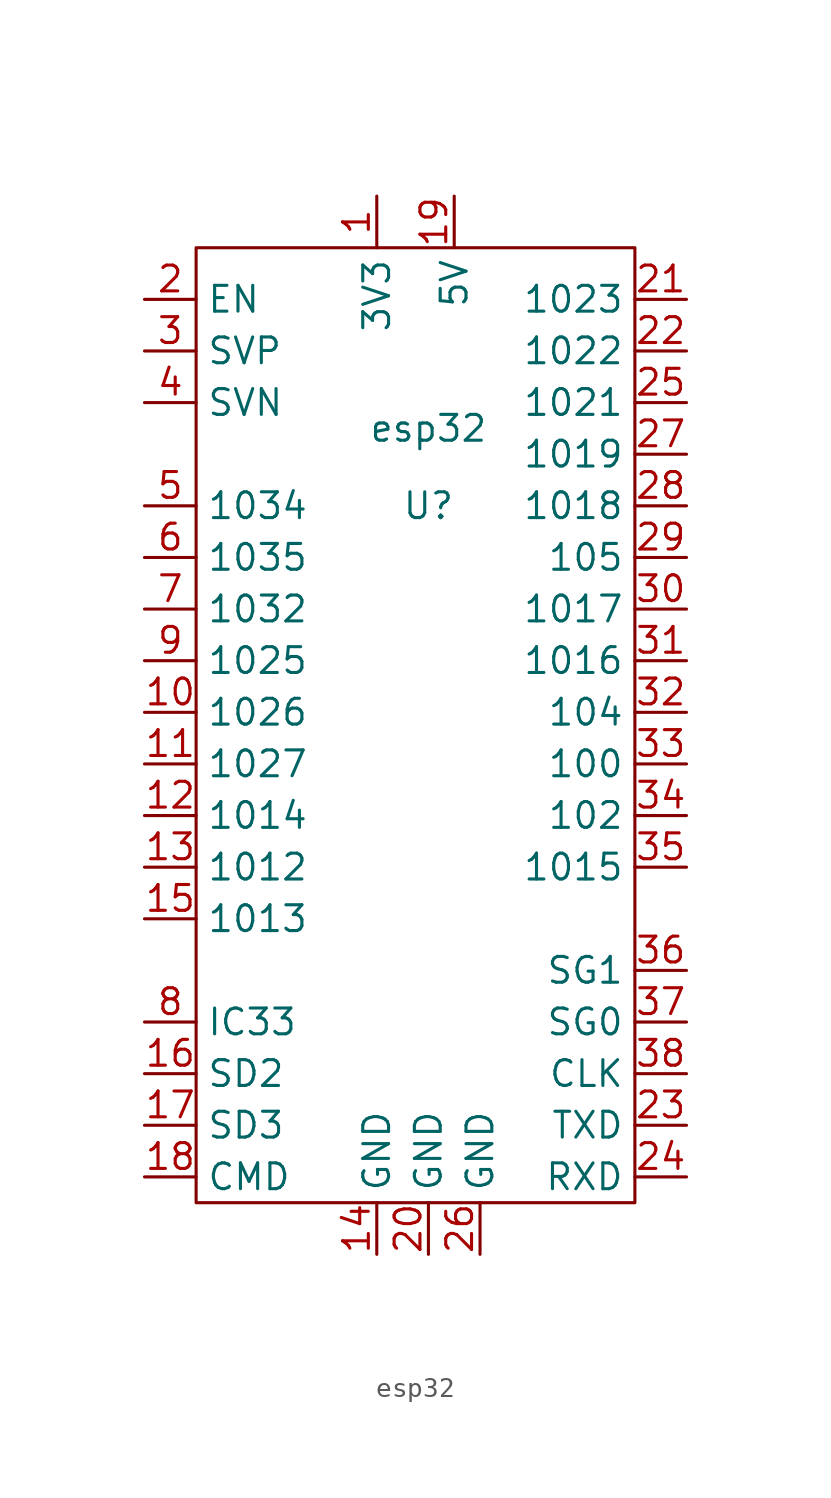
<source format=kicad_sym>
(kicad_symbol_lib
  (version 20211014)
  (generator kicad_symbol_editor)
  (symbol "esp32"
    (property "Reference" "U"
      (at 0 7.62 0)
      (effects (font (size 1.27 1.27))))
    (property "Value" "esp32"
      (at 0 11.43 0)
      (effects (font (size 1.27 1.27))))
    (symbol "esp32_0_1"
      (rectangle (start -11.43 20.32) (end 10.16 -26.67) (stroke (width 0) (type default) (color 0 0 0 0)) (fill (type none))))
    (symbol "esp32_1_1"
      (pin input line (at -2.54 22.86 270) (length 2.54) (name "3V3" (effects (font (size 1.27 1.27)))) (number "1" (effects (font (size 1.27 1.27)))))
      (pin input line (at -13.97 -2.54 0) (length 2.54) (name "1026" (effects (font (size 1.27 1.27)))) (number "10" (effects (font (size 1.27 1.27)))))
      (pin input line (at -13.97 -5.08 0) (length 2.54) (name "1027" (effects (font (size 1.27 1.27)))) (number "11" (effects (font (size 1.27 1.27)))))
      (pin input line (at -13.97 -7.62 0) (length 2.54) (name "1014" (effects (font (size 1.27 1.27)))) (number "12" (effects (font (size 1.27 1.27)))))
      (pin input line (at -13.97 -10.16 0) (length 2.54) (name "1012" (effects (font (size 1.27 1.27)))) (number "13" (effects (font (size 1.27 1.27)))))
      (pin input line (at -2.54 -29.21 90) (length 2.54) (name "GND" (effects (font (size 1.27 1.27)))) (number "14" (effects (font (size 1.27 1.27)))))
      (pin input line (at -13.97 -12.7 0) (length 2.54) (name "1013" (effects (font (size 1.27 1.27)))) (number "15" (effects (font (size 1.27 1.27)))))
      (pin input line (at -13.97 -20.32 0) (length 2.54) (name "SD2" (effects (font (size 1.27 1.27)))) (number "16" (effects (font (size 1.27 1.27)))))
      (pin input line (at -13.97 -22.86 0) (length 2.54) (name "SD3" (effects (font (size 1.27 1.27)))) (number "17" (effects (font (size 1.27 1.27)))))
      (pin input line (at -13.97 -25.4 0) (length 2.54) (name "CMD" (effects (font (size 1.27 1.27)))) (number "18" (effects (font (size 1.27 1.27)))))
      (pin input line (at 1.27 22.86 270) (length 2.54) (name "5V" (effects (font (size 1.27 1.27)))) (number "19" (effects (font (size 1.27 1.27)))))
      (pin input line (at -13.97 17.78 0) (length 2.54) (name "EN" (effects (font (size 1.27 1.27)))) (number "2" (effects (font (size 1.27 1.27)))))
      (pin input line (at 0 -29.21 90) (length 2.54) (name "GND" (effects (font (size 1.27 1.27)))) (number "20" (effects (font (size 1.27 1.27)))))
      (pin input line (at 12.7 17.78 180) (length 2.54) (name "1023" (effects (font (size 1.27 1.27)))) (number "21" (effects (font (size 1.27 1.27)))))
      (pin input line (at 12.7 15.24 180) (length 2.54) (name "1022" (effects (font (size 1.27 1.27)))) (number "22" (effects (font (size 1.27 1.27)))))
      (pin input line (at 12.7 -22.86 180) (length 2.54) (name "TXD" (effects (font (size 1.27 1.27)))) (number "23" (effects (font (size 1.27 1.27)))))
      (pin input line (at 12.7 -25.4 180) (length 2.54) (name "RXD" (effects (font (size 1.27 1.27)))) (number "24" (effects (font (size 1.27 1.27)))))
      (pin input line (at 12.7 12.7 180) (length 2.54) (name "1021" (effects (font (size 1.27 1.27)))) (number "25" (effects (font (size 1.27 1.27)))))
      (pin input line (at 2.54 -29.21 90) (length 2.54) (name "GND" (effects (font (size 1.27 1.27)))) (number "26" (effects (font (size 1.27 1.27)))))
      (pin input line (at 12.7 10.16 180) (length 2.54) (name "1019" (effects (font (size 1.27 1.27)))) (number "27" (effects (font (size 1.27 1.27)))))
      (pin input line (at 12.7 7.62 180) (length 2.54) (name "1018" (effects (font (size 1.27 1.27)))) (number "28" (effects (font (size 1.27 1.27)))))
      (pin input line (at 12.7 5.08 180) (length 2.54) (name "105" (effects (font (size 1.27 1.27)))) (number "29" (effects (font (size 1.27 1.27)))))
      (pin input line (at -13.97 15.24 0) (length 2.54) (name "SVP" (effects (font (size 1.27 1.27)))) (number "3" (effects (font (size 1.27 1.27)))))
      (pin input line (at 12.7 2.54 180) (length 2.54) (name "1017" (effects (font (size 1.27 1.27)))) (number "30" (effects (font (size 1.27 1.27)))))
      (pin input line (at 12.7 0 180) (length 2.54) (name "1016" (effects (font (size 1.27 1.27)))) (number "31" (effects (font (size 1.27 1.27)))))
      (pin input line (at 12.7 -2.54 180) (length 2.54) (name "104" (effects (font (size 1.27 1.27)))) (number "32" (effects (font (size 1.27 1.27)))))
      (pin input line (at 12.7 -5.08 180) (length 2.54) (name "100" (effects (font (size 1.27 1.27)))) (number "33" (effects (font (size 1.27 1.27)))))
      (pin input line (at 12.7 -7.62 180) (length 2.54) (name "102" (effects (font (size 1.27 1.27)))) (number "34" (effects (font (size 1.27 1.27)))))
      (pin input line (at 12.7 -10.16 180) (length 2.54) (name "1015" (effects (font (size 1.27 1.27)))) (number "35" (effects (font (size 1.27 1.27)))))
      (pin input line (at 12.7 -15.24 180) (length 2.54) (name "SG1" (effects (font (size 1.27 1.27)))) (number "36" (effects (font (size 1.27 1.27)))))
      (pin input line (at 12.7 -17.78 180) (length 2.54) (name "SG0" (effects (font (size 1.27 1.27)))) (number "37" (effects (font (size 1.27 1.27)))))
      (pin input line (at 12.7 -20.32 180) (length 2.54) (name "CLK" (effects (font (size 1.27 1.27)))) (number "38" (effects (font (size 1.27 1.27)))))
      (pin input line (at -13.97 12.7 0) (length 2.54) (name "SVN" (effects (font (size 1.27 1.27)))) (number "4" (effects (font (size 1.27 1.27)))))
      (pin input line (at -13.97 7.62 0) (length 2.54) (name "1034" (effects (font (size 1.27 1.27)))) (number "5" (effects (font (size 1.27 1.27)))))
      (pin input line (at -13.97 5.08 0) (length 2.54) (name "1035" (effects (font (size 1.27 1.27)))) (number "6" (effects (font (size 1.27 1.27)))))
      (pin input line (at -13.97 2.54 0) (length 2.54) (name "1032" (effects (font (size 1.27 1.27)))) (number "7" (effects (font (size 1.27 1.27)))))
      (pin input line (at -13.97 -17.78 0) (length 2.54) (name "IC33" (effects (font (size 1.27 1.27)))) (number "8" (effects (font (size 1.27 1.27)))))
      (pin input line (at -13.97 0 0) (length 2.54) (name "1025" (effects (font (size 1.27 1.27)))) (number "9" (effects (font (size 1.27 1.27))))))))
</source>
